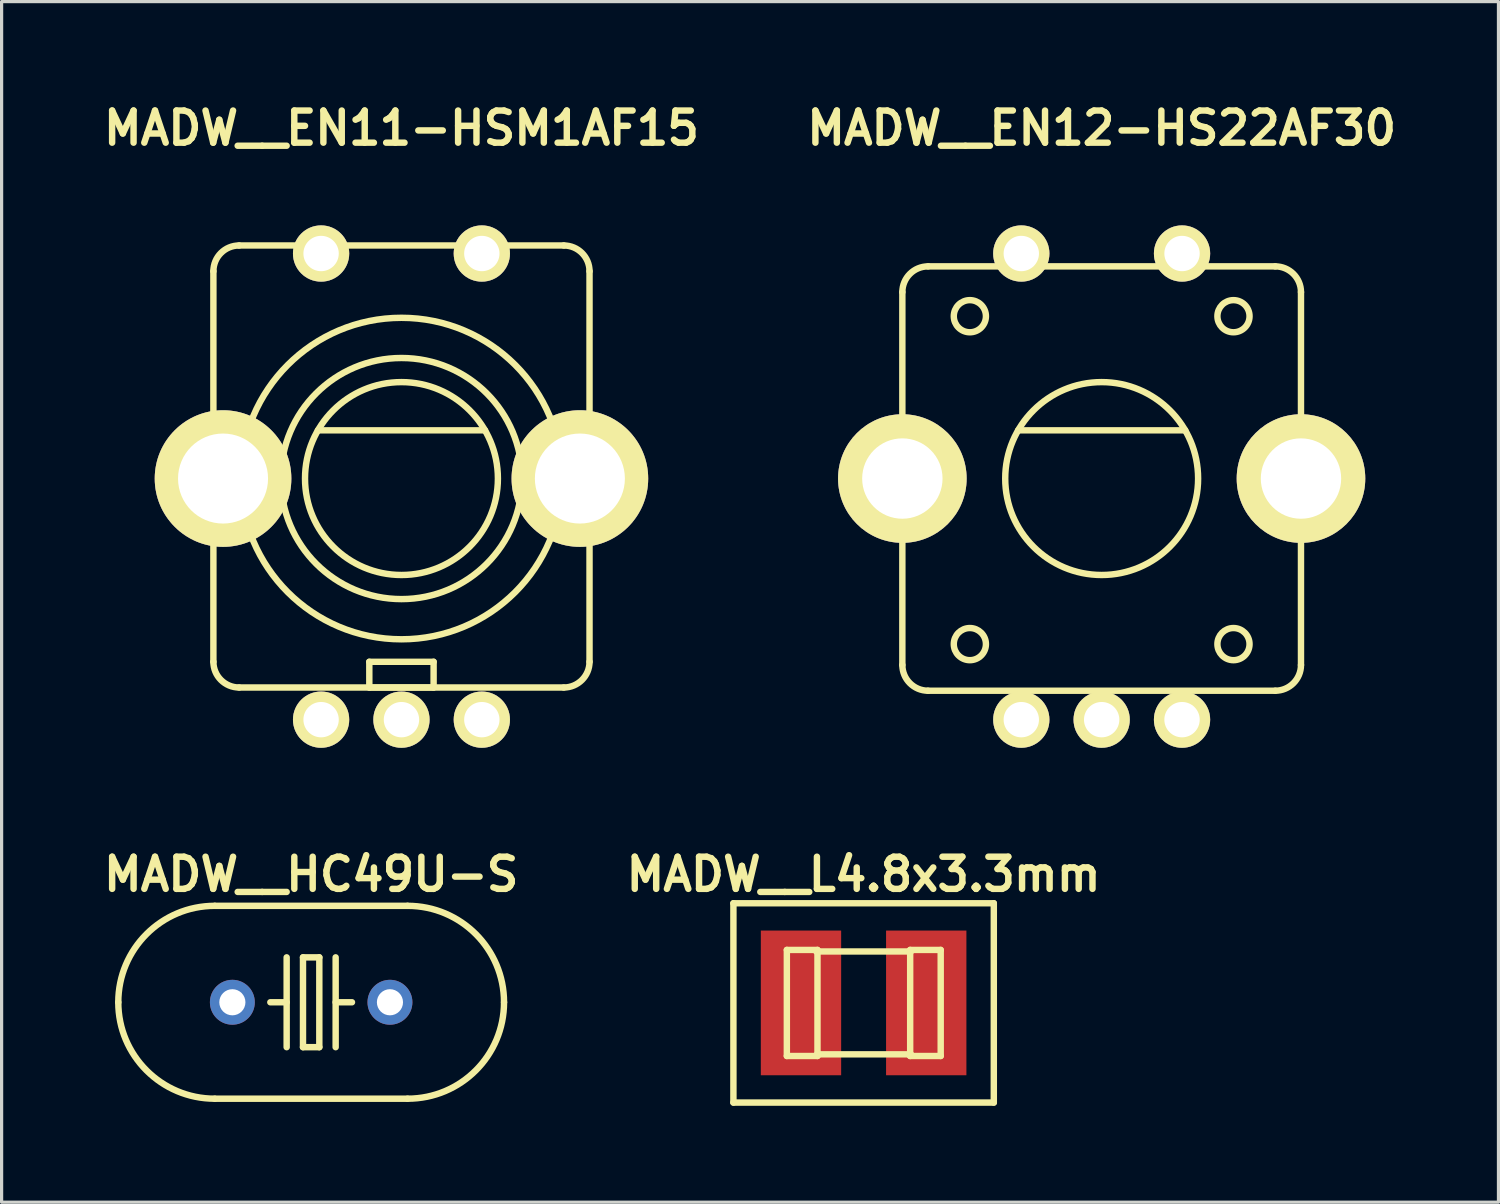
<source format=kicad_pcb>
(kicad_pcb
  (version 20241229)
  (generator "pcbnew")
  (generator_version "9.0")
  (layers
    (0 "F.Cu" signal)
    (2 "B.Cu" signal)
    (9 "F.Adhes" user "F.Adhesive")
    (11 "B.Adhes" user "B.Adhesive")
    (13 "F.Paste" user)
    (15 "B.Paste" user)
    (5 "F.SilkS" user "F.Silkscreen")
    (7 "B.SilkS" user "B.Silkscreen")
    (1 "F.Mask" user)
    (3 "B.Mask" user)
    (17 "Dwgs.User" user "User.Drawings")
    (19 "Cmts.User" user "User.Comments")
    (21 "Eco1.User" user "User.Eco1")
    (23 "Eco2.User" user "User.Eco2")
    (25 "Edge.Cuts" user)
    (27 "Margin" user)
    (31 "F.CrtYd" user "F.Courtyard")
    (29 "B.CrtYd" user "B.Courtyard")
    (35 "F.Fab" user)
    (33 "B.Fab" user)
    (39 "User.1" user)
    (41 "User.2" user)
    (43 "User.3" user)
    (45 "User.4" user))
  (footprint "MADW__EN11-HSM1AF15"
    (layer "F.Cu")
    (at 9.438 11.836)
    (property "Reference" "MADW__EN11-HSM1AF15" (at 0 -10.9 0) (layer "F.SilkS") (effects (font (size 1 1) (thickness 0.2))))
    (attr through_hole)
    (fp_line (start -5.85 5.7) (end -5.85 -6.45) (stroke (width 0.2) (type solid)) (layer "F.SilkS"))
    (fp_line (start -5.05 -7.25) (end 5.05 -7.25) (stroke (width 0.2) (type solid)) (layer "F.SilkS"))
    (fp_line (start -5.05 6.5) (end 5.05 6.5) (stroke (width 0.2) (type solid)) (layer "F.SilkS"))
    (fp_line (start -2.6 -1.5) (end 2.6 -1.5) (stroke (width 0.2) (type solid)) (layer "F.SilkS"))
    (fp_line (start -1 5.7) (end 1 5.7) (stroke (width 0.2) (type solid)) (layer "F.SilkS"))
    (fp_line (start -1 6.5) (end -1 5.7) (stroke (width 0.2) (type solid)) (layer "F.SilkS"))
    (fp_line (start 1 5.7) (end 1 6.5) (stroke (width 0.2) (type solid)) (layer "F.SilkS"))
    (fp_line (start 1 6.5) (end -1 6.5) (stroke (width 0.2) (type solid)) (layer "F.SilkS"))
    (fp_line (start 5.85 5.7) (end 5.85 -6.45) (stroke (width 0.2) (type solid)) (layer "F.SilkS"))
    (fp_arc (start -5.85 -6.45) (mid -5.615685 -7.015685) (end -5.05 -7.25) (stroke (width 0.2) (type solid)) (layer "F.SilkS"))
    (fp_arc (start -5.05 6.5) (mid -5.615685 6.265685) (end -5.85 5.7) (stroke (width 0.2) (type solid)) (layer "F.SilkS"))
    (fp_arc (start 5.05 -7.25) (mid 5.615685 -7.015685) (end 5.85 -6.45) (stroke (width 0.2) (type solid)) (layer "F.SilkS"))
    (fp_arc (start 5.85 5.7) (mid 5.615685 6.265685) (end 5.05 6.5) (stroke (width 0.2) (type solid)) (layer "F.SilkS"))
    (fp_circle (center 0 0) (end 3 0) (stroke (width 0.2) (type solid)) (fill no) (layer "F.SilkS"))
    (fp_circle (center 0 0) (end 3.75 0) (stroke (width 0.2) (type solid)) (fill no) (layer "F.SilkS"))
    (fp_circle (center 0 0) (end 5 -0.05) (stroke (width 0.2) (type solid)) (fill no) (layer "F.SilkS"))
    (pad "A" thru_hole circle (at -2.5 7.5) (size 1.75 1.75) (drill 1.1) (layers "*.Cu" "*.Mask" "F.SilkS"))
    (pad "B" thru_hole circle (at 2.5 7.5) (size 1.75 1.75) (drill 1.1) (layers "*.Cu" "*.Mask" "F.SilkS"))
    (pad "C" thru_hole circle (at 0 7.5) (size 1.75 1.75) (drill 1.1) (layers "*.Cu" "*.Mask" "F.SilkS"))
    (pad "SW1" thru_hole circle (at -2.5 -7) (size 1.75 1.75) (drill 1.1) (layers "*.Cu" "*.Mask" "F.SilkS"))
    (pad "SW2" thru_hole circle (at 2.5 -7) (size 1.75 1.75) (drill 1.1) (layers "*.Cu" "*.Mask" "F.SilkS"))
    (pad "body" thru_hole oval (at -5.55 0) (size 4.25 4.25) (drill 2.8) (layers "*.Cu" "*.Mask" "F.SilkS"))
    (pad "body" thru_hole oval (at 5.55 0) (size 4.25 4.25) (drill 2.8) (layers "*.Cu" "*.Mask" "F.SilkS")))
  (footprint "MADW__HC49U-S"
    (layer "F.Cu")
    (at 6.629 28.127)
    (property "Reference" "MADW__HC49U-S" (at 0 -3.98 0) (layer "F.SilkS") (effects (font (size 1 1) (thickness 0.2))))
    (attr through_hole)
    (fp_line (start -0.762 -1.397) (end -0.762 1.397) (stroke (width 0.2) (type solid)) (layer "F.SilkS"))
    (fp_line (start -0.762 0) (end -1.27 0) (stroke (width 0.2) (type solid)) (layer "F.SilkS"))
    (fp_line (start -0.254 -1.397) (end 0.254 -1.397) (stroke (width 0.2) (type solid)) (layer "F.SilkS"))
    (fp_line (start -0.254 1.397) (end -0.254 -1.397) (stroke (width 0.2) (type solid)) (layer "F.SilkS"))
    (fp_line (start 0.254 -1.397) (end 0.254 1.397) (stroke (width 0.2) (type solid)) (layer "F.SilkS"))
    (fp_line (start 0.254 1.397) (end -0.254 1.397) (stroke (width 0.2) (type solid)) (layer "F.SilkS"))
    (fp_line (start 0.762 -1.397) (end 0.762 1.397) (stroke (width 0.2) (type solid)) (layer "F.SilkS"))
    (fp_line (start 0.762 0) (end 1.27 0) (stroke (width 0.2) (type solid)) (layer "F.SilkS"))
    (fp_line (start 3 -3) (end -3 -3) (stroke (width 0.2) (type solid)) (layer "F.SilkS"))
    (fp_line (start 3 3) (end -3 3) (stroke (width 0.2) (type solid)) (layer "F.SilkS"))
    (fp_arc (start -5.99948 0) (mid -5.120876 -2.121136) (end -2.99974 -2.99974) (stroke (width 0.2) (type solid)) (layer "F.SilkS"))
    (fp_arc (start -2.99974 2.99974) (mid -5.120876 2.121136) (end -5.99948 0) (stroke (width 0.2) (type solid)) (layer "F.SilkS"))
    (fp_arc (start 2.99974 -2.99974) (mid 5.120876 -2.121136) (end 5.99948 0) (stroke (width 0.2) (type solid)) (layer "F.SilkS"))
    (fp_arc (start 5.99948 0) (mid 5.120876 2.121136) (end 2.99974 2.99974) (stroke (width 0.2) (type solid)) (layer "F.SilkS"))
    (pad "1" thru_hole circle (at -2.451 0) (size 1.397 1.397) (drill 0.813) (layers "*.Cu" "*.Mask"))
    (pad "2" thru_hole circle (at 2.451 0) (size 1.397 1.397) (drill 0.813) (layers "*.Cu" "*.Mask")))
  (footprint "MADW__L4.8x3.3mm"
    (layer "F.Cu")
    (at 23.814 28.147)
    (property "Reference" "MADW__L4.8x3.3mm" (at 0.00008 -4 0) (layer "F.SilkS") (effects (font (size 1 1) (thickness 0.2))))
    (attr smd)
    (fp_line (start -4.05 -3.1) (end 4.05 -3.1) (stroke (width 0.2) (type solid)) (layer "F.SilkS"))
    (fp_line (start -4.05 3.1) (end -4.05 -3.1) (stroke (width 0.2) (type solid)) (layer "F.SilkS"))
    (fp_line (start -2.388 -1.648) (end -1.435 -1.648) (stroke (width 0.2) (type solid)) (layer "F.SilkS"))
    (fp_line (start -2.388 1.651) (end -2.388 -1.648) (stroke (width 0.2) (type solid)) (layer "F.SilkS"))
    (fp_line (start -2.388 1.651) (end -1.435 1.651) (stroke (width 0.2) (type solid)) (layer "F.SilkS"))
    (fp_line (start -1.473 -1.6) (end 1.473 -1.6) (stroke (width 0.2) (type solid)) (layer "F.SilkS"))
    (fp_line (start -1.448 1.6) (end 1.473 1.6) (stroke (width 0.2) (type solid)) (layer "F.SilkS"))
    (fp_line (start -1.435 1.651) (end -1.435 -1.648) (stroke (width 0.2) (type solid)) (layer "F.SilkS"))
    (fp_line (start 1.448 -1.648) (end 2.398 -1.648) (stroke (width 0.2) (type solid)) (layer "F.SilkS"))
    (fp_line (start 1.448 1.651) (end 1.448 -1.648) (stroke (width 0.2) (type solid)) (layer "F.SilkS"))
    (fp_line (start 1.448 1.651) (end 2.398 1.651) (stroke (width 0.2) (type solid)) (layer "F.SilkS"))
    (fp_line (start 2.398 1.651) (end 2.398 -1.648) (stroke (width 0.2) (type solid)) (layer "F.SilkS"))
    (fp_line (start 4.05 -3.1) (end 4.05 3.1) (stroke (width 0.2) (type solid)) (layer "F.SilkS"))
    (fp_line (start 4.05 3.1) (end -4.05 3.1) (stroke (width 0.2) (type solid)) (layer "F.SilkS"))
    (pad "1" smd rect (at -1.948 0) (size 2.499 4.501) (layers "F.Cu" "F.Mask" "F.Paste"))
    (pad "2" smd rect (at 1.948 0) (size 2.499 4.501) (layers "F.Cu" "F.Mask" "F.Paste")))
  (footprint "MADW__EN12-HS22AF30"
    (layer "F.Cu")
    (at 31.219 11.836)
    (property "Reference" "MADW__EN12-HS22AF30" (at 0 -10.9 0) (layer "F.SilkS") (effects (font (size 1 1) (thickness 0.2))))
    (attr through_hole)
    (fp_line (start -6.2 5.8) (end -6.2 -5.8) (stroke (width 0.2) (type solid)) (layer "F.SilkS"))
    (fp_line (start -5.4 -6.6) (end 5.4 -6.6) (stroke (width 0.2) (type solid)) (layer "F.SilkS"))
    (fp_line (start -5.4 6.6) (end 5.4 6.6) (stroke (width 0.2) (type solid)) (layer "F.SilkS"))
    (fp_line (start -2.6 -1.5) (end 2.6 -1.5) (stroke (width 0.2) (type solid)) (layer "F.SilkS"))
    (fp_line (start 6.2 -5.8) (end 6.2 5.8) (stroke (width 0.2) (type solid)) (layer "F.SilkS"))
    (fp_arc (start -6.2 -5.8) (mid -5.965685 -6.365685) (end -5.4 -6.6) (stroke (width 0.2) (type solid)) (layer "F.SilkS"))
    (fp_arc (start -5.4 6.6) (mid -5.965685 6.365685) (end -6.2 5.8) (stroke (width 0.2) (type solid)) (layer "F.SilkS"))
    (fp_arc (start 5.4 -6.6) (mid 5.965685 -6.365685) (end 6.2 -5.8) (stroke (width 0.2) (type solid)) (layer "F.SilkS"))
    (fp_arc (start 6.2 5.8) (mid 5.965685 6.365685) (end 5.4 6.6) (stroke (width 0.2) (type solid)) (layer "F.SilkS"))
    (fp_circle (center -4.1 -5.05) (end -3.6 -5.05) (stroke (width 0.2) (type solid)) (fill no) (layer "F.SilkS"))
    (fp_circle (center -4.1 5.15) (end -3.6 5.15) (stroke (width 0.2) (type solid)) (fill no) (layer "F.SilkS"))
    (fp_circle (center 0 0) (end 3 0) (stroke (width 0.2) (type solid)) (fill no) (layer "F.SilkS"))
    (fp_circle (center 4.1 -5.05) (end 4.6 -5.05) (stroke (width 0.2) (type solid)) (fill no) (layer "F.SilkS"))
    (fp_circle (center 4.1 5.15) (end 4.6 5.15) (stroke (width 0.2) (type solid)) (fill no) (layer "F.SilkS"))
    (pad "A" thru_hole circle (at -2.5 7.5) (size 1.75 1.75) (drill 1.1) (layers "*.Cu" "*.Mask" "F.SilkS"))
    (pad "B" thru_hole circle (at 2.5 7.5) (size 1.75 1.75) (drill 1.1) (layers "*.Cu" "*.Mask" "F.SilkS"))
    (pad "C" thru_hole circle (at 0 7.5) (size 1.75 1.75) (drill 1.1) (layers "*.Cu" "*.Mask" "F.SilkS"))
    (pad "SW1" thru_hole circle (at -2.5 -7) (size 1.75 1.75) (drill 1.1) (layers "*.Cu" "*.Mask" "F.SilkS"))
    (pad "SW2" thru_hole circle (at 2.5 -7) (size 1.75 1.75) (drill 1.1) (layers "*.Cu" "*.Mask" "F.SilkS"))
    (pad "body" thru_hole oval (at -6.2 0) (size 4 4) (drill 2.5) (layers "*.Cu" "*.Mask" "F.SilkS"))
    (pad "body" thru_hole oval (at 6.2 0) (size 4 4) (drill 2.5) (layers "*.Cu" "*.Mask" "F.SilkS")))
  (gr_rect
    (start -3 -3)
    (end 43.562 34.347)
    (stroke (width 0.1) (type default))
    (fill no)
    (layer "Edge.Cuts")))
</source>
